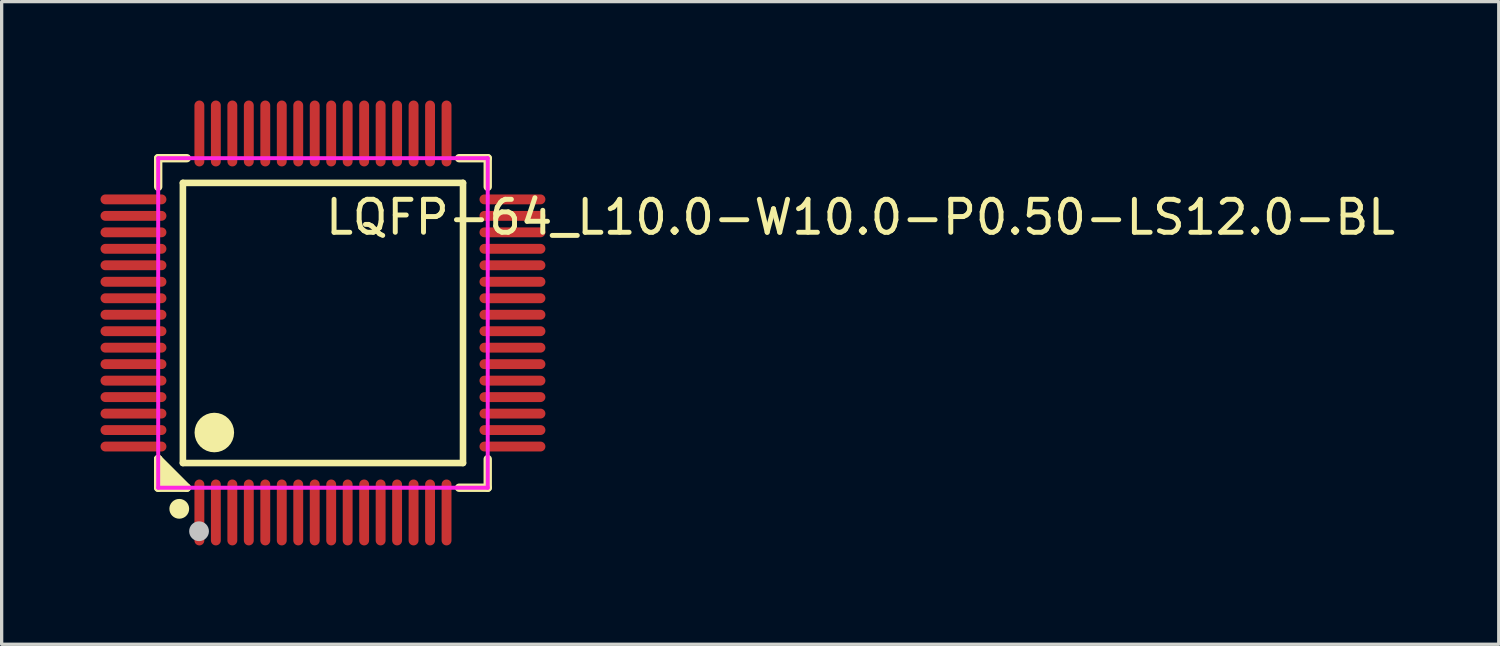
<source format=kicad_pcb>
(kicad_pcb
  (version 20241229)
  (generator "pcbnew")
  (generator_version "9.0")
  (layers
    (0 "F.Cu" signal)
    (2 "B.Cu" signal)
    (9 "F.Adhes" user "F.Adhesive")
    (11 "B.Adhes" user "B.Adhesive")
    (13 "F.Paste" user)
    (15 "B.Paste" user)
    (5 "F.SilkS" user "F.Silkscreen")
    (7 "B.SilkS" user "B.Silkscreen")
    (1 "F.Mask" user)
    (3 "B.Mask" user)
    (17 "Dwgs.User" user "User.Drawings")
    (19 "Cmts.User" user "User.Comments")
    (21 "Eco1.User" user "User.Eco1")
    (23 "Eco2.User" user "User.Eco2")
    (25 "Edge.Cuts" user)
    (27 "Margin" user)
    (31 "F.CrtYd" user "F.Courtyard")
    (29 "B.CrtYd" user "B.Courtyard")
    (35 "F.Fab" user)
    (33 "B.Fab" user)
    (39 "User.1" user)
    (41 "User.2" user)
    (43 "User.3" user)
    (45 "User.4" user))
  (footprint "LQFP-64_L10.0-W10.0-P0.50-LS12.0-BL"
    (layer "F.Cu")
    (at 6.75 6.75)
    (property "Reference" "LQFP-64_L10.0-W10.0-P0.50-LS12.0-BL" (at 0 -3.207 0) (layer "F.SilkS") (effects (font (size 1 1) (thickness 0.15)) (justify left)))
    (attr through_hole)
    (fp_line (start -5 -5) (end -4.131 -5) (stroke (width 0.254) (type solid)) (layer "F.SilkS"))
    (fp_line (start -5 -4.131) (end -5 -5) (stroke (width 0.254) (type solid)) (layer "F.SilkS"))
    (fp_line (start -5 4.131) (end -5 4.131) (stroke (width 0.254) (type solid)) (layer "F.SilkS"))
    (fp_line (start -5 4.131) (end -4.131 5) (stroke (width 0.254) (type solid)) (layer "F.SilkS"))
    (fp_line (start -5 5) (end -5 4.131) (stroke (width 0.254) (type solid)) (layer "F.SilkS"))
    (fp_line (start -4.25 -4.25) (end -4.25 4.25) (stroke (width 0.2) (type solid)) (layer "F.SilkS"))
    (fp_line (start -4.25 4.25) (end 4.25 4.25) (stroke (width 0.2) (type solid)) (layer "F.SilkS"))
    (fp_line (start -4.131 5) (end -5 5) (stroke (width 0.254) (type solid)) (layer "F.SilkS"))
    (fp_line (start 4.25 -4.25) (end -4.25 -4.25) (stroke (width 0.2) (type solid)) (layer "F.SilkS"))
    (fp_line (start 4.25 4.25) (end 4.25 -4.25) (stroke (width 0.2) (type solid)) (layer "F.SilkS"))
    (fp_line (start 5 -5) (end 4.131 -5) (stroke (width 0.254) (type solid)) (layer "F.SilkS"))
    (fp_line (start 5 -5) (end 5 -4.131) (stroke (width 0.254) (type solid)) (layer "F.SilkS"))
    (fp_line (start 5 4.131) (end 5 5) (stroke (width 0.254) (type solid)) (layer "F.SilkS"))
    (fp_line (start 5 5) (end 4.131 5) (stroke (width 0.254) (type solid)) (layer "F.SilkS"))
    (fp_arc (start -4.359 5.49) (mid -4.35973 5.790003) (end -4.36154 5.490005) (stroke (width 0.3) (type solid)) (layer "F.SilkS"))
    (fp_arc (start -3.294 3.025) (mid -3.29746 3.625015) (end -3.29908 3.024992) (stroke (width 0.6) (type solid)) (layer "F.SilkS"))
    (fp_poly (pts (xy -4.131 5) (xy -5 4.131) (xy -5 5)) (stroke (width 0.12) (type solid)) (fill yes) (layer "F.SilkS"))
    (fp_circle (center -3.76 6.32) (end -3.61 6.32) (stroke (width 0.3) (type solid)) (fill no) (layer "Dwgs.User"))
    (fp_line (start -5.41 -3.86) (end -4.99 -3.86) (stroke (width 0.12) (type solid)) (layer "Eco2.User"))
    (fp_line (start -5.41 -3.64) (end -5.41 -3.86) (stroke (width 0.12) (type solid)) (layer "Eco2.User"))
    (fp_line (start -5.41 -3.36) (end -4.99 -3.36) (stroke (width 0.12) (type solid)) (layer "Eco2.User"))
    (fp_line (start -5.41 -3.14) (end -5.41 -3.36) (stroke (width 0.12) (type solid)) (layer "Eco2.User"))
    (fp_line (start -5.41 -2.86) (end -4.99 -2.86) (stroke (width 0.12) (type solid)) (layer "Eco2.User"))
    (fp_line (start -5.41 -2.64) (end -5.41 -2.86) (stroke (width 0.12) (type solid)) (layer "Eco2.User"))
    (fp_line (start -5.41 -2.36) (end -4.99 -2.36) (stroke (width 0.12) (type solid)) (layer "Eco2.User"))
    (fp_line (start -5.41 -2.14) (end -5.41 -2.36) (stroke (width 0.12) (type solid)) (layer "Eco2.User"))
    (fp_line (start -5.41 -1.86) (end -4.99 -1.86) (stroke (width 0.12) (type solid)) (layer "Eco2.User"))
    (fp_line (start -5.41 -1.64) (end -5.41 -1.86) (stroke (width 0.12) (type solid)) (layer "Eco2.User"))
    (fp_line (start -5.41 -1.36) (end -4.99 -1.36) (stroke (width 0.12) (type solid)) (layer "Eco2.User"))
    (fp_line (start -5.41 -1.14) (end -5.41 -1.36) (stroke (width 0.12) (type solid)) (layer "Eco2.User"))
    (fp_line (start -5.41 -0.86) (end -4.99 -0.86) (stroke (width 0.12) (type solid)) (layer "Eco2.User"))
    (fp_line (start -5.41 -0.64) (end -5.41 -0.86) (stroke (width 0.12) (type solid)) (layer "Eco2.User"))
    (fp_line (start -5.41 -0.36) (end -4.99 -0.36) (stroke (width 0.12) (type solid)) (layer "Eco2.User"))
    (fp_line (start -5.41 -0.14) (end -5.41 -0.36) (stroke (width 0.12) (type solid)) (layer "Eco2.User"))
    (fp_line (start -5.41 0.14) (end -4.99 0.14) (stroke (width 0.12) (type solid)) (layer "Eco2.User"))
    (fp_line (start -5.41 0.36) (end -5.41 0.14) (stroke (width 0.12) (type solid)) (layer "Eco2.User"))
    (fp_line (start -5.41 0.64) (end -4.99 0.64) (stroke (width 0.12) (type solid)) (layer "Eco2.User"))
    (fp_line (start -5.41 0.86) (end -5.41 0.64) (stroke (width 0.12) (type solid)) (layer "Eco2.User"))
    (fp_line (start -5.41 1.14) (end -4.99 1.14) (stroke (width 0.12) (type solid)) (layer "Eco2.User"))
    (fp_line (start -5.41 1.36) (end -5.41 1.14) (stroke (width 0.12) (type solid)) (layer "Eco2.User"))
    (fp_line (start -5.41 1.64) (end -4.99 1.64) (stroke (width 0.12) (type solid)) (layer "Eco2.User"))
    (fp_line (start -5.41 1.86) (end -5.41 1.64) (stroke (width 0.12) (type solid)) (layer "Eco2.User"))
    (fp_line (start -5.41 2.14) (end -4.99 2.14) (stroke (width 0.12) (type solid)) (layer "Eco2.User"))
    (fp_line (start -5.41 2.36) (end -5.41 2.14) (stroke (width 0.12) (type solid)) (layer "Eco2.User"))
    (fp_line (start -5.41 2.64) (end -4.99 2.64) (stroke (width 0.12) (type solid)) (layer "Eco2.User"))
    (fp_line (start -5.41 2.86) (end -5.41 2.64) (stroke (width 0.12) (type solid)) (layer "Eco2.User"))
    (fp_line (start -5.41 3.14) (end -4.99 3.14) (stroke (width 0.12) (type solid)) (layer "Eco2.User"))
    (fp_line (start -5.41 3.36) (end -5.41 3.14) (stroke (width 0.12) (type solid)) (layer "Eco2.User"))
    (fp_line (start -5.41 3.64) (end -4.99 3.64) (stroke (width 0.12) (type solid)) (layer "Eco2.User"))
    (fp_line (start -5.41 3.86) (end -5.41 3.64) (stroke (width 0.12) (type solid)) (layer "Eco2.User"))
    (fp_line (start -4.99 -3.86) (end -4.99 -3.64) (stroke (width 0.12) (type solid)) (layer "Eco2.User"))
    (fp_line (start -4.99 -3.64) (end -5.41 -3.64) (stroke (width 0.12) (type solid)) (layer "Eco2.User"))
    (fp_line (start -4.99 -3.36) (end -4.99 -3.14) (stroke (width 0.12) (type solid)) (layer "Eco2.User"))
    (fp_line (start -4.99 -3.14) (end -5.41 -3.14) (stroke (width 0.12) (type solid)) (layer "Eco2.User"))
    (fp_line (start -4.99 -2.86) (end -4.99 -2.64) (stroke (width 0.12) (type solid)) (layer "Eco2.User"))
    (fp_line (start -4.99 -2.64) (end -5.41 -2.64) (stroke (width 0.12) (type solid)) (layer "Eco2.User"))
    (fp_line (start -4.99 -2.36) (end -4.99 -2.14) (stroke (width 0.12) (type solid)) (layer "Eco2.User"))
    (fp_line (start -4.99 -2.14) (end -5.41 -2.14) (stroke (width 0.12) (type solid)) (layer "Eco2.User"))
    (fp_line (start -4.99 -1.86) (end -4.99 -1.64) (stroke (width 0.12) (type solid)) (layer "Eco2.User"))
    (fp_line (start -4.99 -1.64) (end -5.41 -1.64) (stroke (width 0.12) (type solid)) (layer "Eco2.User"))
    (fp_line (start -4.99 -1.36) (end -4.99 -1.14) (stroke (width 0.12) (type solid)) (layer "Eco2.User"))
    (fp_line (start -4.99 -1.14) (end -5.41 -1.14) (stroke (width 0.12) (type solid)) (layer "Eco2.User"))
    (fp_line (start -4.99 -0.86) (end -4.99 -0.64) (stroke (width 0.12) (type solid)) (layer "Eco2.User"))
    (fp_line (start -4.99 -0.64) (end -5.41 -0.64) (stroke (width 0.12) (type solid)) (layer "Eco2.User"))
    (fp_line (start -4.99 -0.36) (end -4.99 -0.14) (stroke (width 0.12) (type solid)) (layer "Eco2.User"))
    (fp_line (start -4.99 -0.14) (end -5.41 -0.14) (stroke (width 0.12) (type solid)) (layer "Eco2.User"))
    (fp_line (start -4.99 0.14) (end -4.99 0.36) (stroke (width 0.12) (type solid)) (layer "Eco2.User"))
    (fp_line (start -4.99 0.36) (end -5.41 0.36) (stroke (width 0.12) (type solid)) (layer "Eco2.User"))
    (fp_line (start -4.99 0.64) (end -4.99 0.86) (stroke (width 0.12) (type solid)) (layer "Eco2.User"))
    (fp_line (start -4.99 0.86) (end -5.41 0.86) (stroke (width 0.12) (type solid)) (layer "Eco2.User"))
    (fp_line (start -4.99 1.14) (end -4.99 1.36) (stroke (width 0.12) (type solid)) (layer "Eco2.User"))
    (fp_line (start -4.99 1.36) (end -5.41 1.36) (stroke (width 0.12) (type solid)) (layer "Eco2.User"))
    (fp_line (start -4.99 1.64) (end -4.99 1.86) (stroke (width 0.12) (type solid)) (layer "Eco2.User"))
    (fp_line (start -4.99 1.86) (end -5.41 1.86) (stroke (width 0.12) (type solid)) (layer "Eco2.User"))
    (fp_line (start -4.99 2.14) (end -4.99 2.36) (stroke (width 0.12) (type solid)) (layer "Eco2.User"))
    (fp_line (start -4.99 2.36) (end -5.41 2.36) (stroke (width 0.12) (type solid)) (layer "Eco2.User"))
    (fp_line (start -4.99 2.64) (end -4.99 2.86) (stroke (width 0.12) (type solid)) (layer "Eco2.User"))
    (fp_line (start -4.99 2.86) (end -5.41 2.86) (stroke (width 0.12) (type solid)) (layer "Eco2.User"))
    (fp_line (start -4.99 3.14) (end -4.99 3.36) (stroke (width 0.12) (type solid)) (layer "Eco2.User"))
    (fp_line (start -4.99 3.36) (end -5.41 3.36) (stroke (width 0.12) (type solid)) (layer "Eco2.User"))
    (fp_line (start -4.99 3.64) (end -4.99 3.86) (stroke (width 0.12) (type solid)) (layer "Eco2.User"))
    (fp_line (start -4.99 3.86) (end -5.41 3.86) (stroke (width 0.12) (type solid)) (layer "Eco2.User"))
    (fp_line (start -3.86 -5.41) (end -3.64 -5.41) (stroke (width 0.12) (type solid)) (layer "Eco2.User"))
    (fp_line (start -3.86 -4.99) (end -3.86 -5.41) (stroke (width 0.12) (type solid)) (layer "Eco2.User"))
    (fp_line (start -3.86 4.99) (end -3.64 4.99) (stroke (width 0.12) (type solid)) (layer "Eco2.User"))
    (fp_line (start -3.86 5.41) (end -3.86 4.99) (stroke (width 0.12) (type solid)) (layer "Eco2.User"))
    (fp_line (start -3.64 -5.41) (end -3.64 -4.99) (stroke (width 0.12) (type solid)) (layer "Eco2.User"))
    (fp_line (start -3.64 -4.99) (end -3.86 -4.99) (stroke (width 0.12) (type solid)) (layer "Eco2.User"))
    (fp_line (start -3.64 4.99) (end -3.64 5.41) (stroke (width 0.12) (type solid)) (layer "Eco2.User"))
    (fp_line (start -3.64 5.41) (end -3.86 5.41) (stroke (width 0.12) (type solid)) (layer "Eco2.User"))
    (fp_line (start -3.36 -5.41) (end -3.14 -5.41) (stroke (width 0.12) (type solid)) (layer "Eco2.User"))
    (fp_line (start -3.36 -4.99) (end -3.36 -5.41) (stroke (width 0.12) (type solid)) (layer "Eco2.User"))
    (fp_line (start -3.36 4.99) (end -3.14 4.99) (stroke (width 0.12) (type solid)) (layer "Eco2.User"))
    (fp_line (start -3.36 5.41) (end -3.36 4.99) (stroke (width 0.12) (type solid)) (layer "Eco2.User"))
    (fp_line (start -3.14 -5.41) (end -3.14 -4.99) (stroke (width 0.12) (type solid)) (layer "Eco2.User"))
    (fp_line (start -3.14 -4.99) (end -3.36 -4.99) (stroke (width 0.12) (type solid)) (layer "Eco2.User"))
    (fp_line (start -3.14 4.99) (end -3.14 5.41) (stroke (width 0.12) (type solid)) (layer "Eco2.User"))
    (fp_line (start -3.14 5.41) (end -3.36 5.41) (stroke (width 0.12) (type solid)) (layer "Eco2.User"))
    (fp_line (start -2.86 -5.41) (end -2.64 -5.41) (stroke (width 0.12) (type solid)) (layer "Eco2.User"))
    (fp_line (start -2.86 -4.99) (end -2.86 -5.41) (stroke (width 0.12) (type solid)) (layer "Eco2.User"))
    (fp_line (start -2.86 4.99) (end -2.64 4.99) (stroke (width 0.12) (type solid)) (layer "Eco2.User"))
    (fp_line (start -2.86 5.41) (end -2.86 4.99) (stroke (width 0.12) (type solid)) (layer "Eco2.User"))
    (fp_line (start -2.64 -5.41) (end -2.64 -4.99) (stroke (width 0.12) (type solid)) (layer "Eco2.User"))
    (fp_line (start -2.64 -4.99) (end -2.86 -4.99) (stroke (width 0.12) (type solid)) (layer "Eco2.User"))
    (fp_line (start -2.64 4.99) (end -2.64 5.41) (stroke (width 0.12) (type solid)) (layer "Eco2.User"))
    (fp_line (start -2.64 5.41) (end -2.86 5.41) (stroke (width 0.12) (type solid)) (layer "Eco2.User"))
    (fp_line (start -2.36 -5.41) (end -2.14 -5.41) (stroke (width 0.12) (type solid)) (layer "Eco2.User"))
    (fp_line (start -2.36 -4.99) (end -2.36 -5.41) (stroke (width 0.12) (type solid)) (layer "Eco2.User"))
    (fp_line (start -2.36 4.99) (end -2.14 4.99) (stroke (width 0.12) (type solid)) (layer "Eco2.User"))
    (fp_line (start -2.36 5.41) (end -2.36 4.99) (stroke (width 0.12) (type solid)) (layer "Eco2.User"))
    (fp_line (start -2.14 -5.41) (end -2.14 -4.99) (stroke (width 0.12) (type solid)) (layer "Eco2.User"))
    (fp_line (start -2.14 -4.99) (end -2.36 -4.99) (stroke (width 0.12) (type solid)) (layer "Eco2.User"))
    (fp_line (start -2.14 4.99) (end -2.14 5.41) (stroke (width 0.12) (type solid)) (layer "Eco2.User"))
    (fp_line (start -2.14 5.41) (end -2.36 5.41) (stroke (width 0.12) (type solid)) (layer "Eco2.User"))
    (fp_line (start -1.86 -5.41) (end -1.64 -5.41) (stroke (width 0.12) (type solid)) (layer "Eco2.User"))
    (fp_line (start -1.86 -4.99) (end -1.86 -5.41) (stroke (width 0.12) (type solid)) (layer "Eco2.User"))
    (fp_line (start -1.86 4.99) (end -1.64 4.99) (stroke (width 0.12) (type solid)) (layer "Eco2.User"))
    (fp_line (start -1.86 5.41) (end -1.86 4.99) (stroke (width 0.12) (type solid)) (layer "Eco2.User"))
    (fp_line (start -1.64 -5.41) (end -1.64 -4.99) (stroke (width 0.12) (type solid)) (layer "Eco2.User"))
    (fp_line (start -1.64 -4.99) (end -1.86 -4.99) (stroke (width 0.12) (type solid)) (layer "Eco2.User"))
    (fp_line (start -1.64 4.99) (end -1.64 5.41) (stroke (width 0.12) (type solid)) (layer "Eco2.User"))
    (fp_line (start -1.64 5.41) (end -1.86 5.41) (stroke (width 0.12) (type solid)) (layer "Eco2.User"))
    (fp_line (start -1.36 -5.41) (end -1.14 -5.41) (stroke (width 0.12) (type solid)) (layer "Eco2.User"))
    (fp_line (start -1.36 -4.99) (end -1.36 -5.41) (stroke (width 0.12) (type solid)) (layer "Eco2.User"))
    (fp_line (start -1.36 4.99) (end -1.14 4.99) (stroke (width 0.12) (type solid)) (layer "Eco2.User"))
    (fp_line (start -1.36 5.41) (end -1.36 4.99) (stroke (width 0.12) (type solid)) (layer "Eco2.User"))
    (fp_line (start -1.14 -5.41) (end -1.14 -4.99) (stroke (width 0.12) (type solid)) (layer "Eco2.User"))
    (fp_line (start -1.14 -4.99) (end -1.36 -4.99) (stroke (width 0.12) (type solid)) (layer "Eco2.User"))
    (fp_line (start -1.14 4.99) (end -1.14 5.41) (stroke (width 0.12) (type solid)) (layer "Eco2.User"))
    (fp_line (start -1.14 5.41) (end -1.36 5.41) (stroke (width 0.12) (type solid)) (layer "Eco2.User"))
    (fp_line (start -0.86 -5.41) (end -0.64 -5.41) (stroke (width 0.12) (type solid)) (layer "Eco2.User"))
    (fp_line (start -0.86 -4.99) (end -0.86 -5.41) (stroke (width 0.12) (type solid)) (layer "Eco2.User"))
    (fp_line (start -0.86 4.99) (end -0.64 4.99) (stroke (width 0.12) (type solid)) (layer "Eco2.User"))
    (fp_line (start -0.86 5.41) (end -0.86 4.99) (stroke (width 0.12) (type solid)) (layer "Eco2.User"))
    (fp_line (start -0.64 -5.41) (end -0.64 -4.99) (stroke (width 0.12) (type solid)) (layer "Eco2.User"))
    (fp_line (start -0.64 -4.99) (end -0.86 -4.99) (stroke (width 0.12) (type solid)) (layer "Eco2.User"))
    (fp_line (start -0.64 4.99) (end -0.64 5.41) (stroke (width 0.12) (type solid)) (layer "Eco2.User"))
    (fp_line (start -0.64 5.41) (end -0.86 5.41) (stroke (width 0.12) (type solid)) (layer "Eco2.User"))
    (fp_line (start -0.36 -5.41) (end -0.14 -5.41) (stroke (width 0.12) (type solid)) (layer "Eco2.User"))
    (fp_line (start -0.36 -4.99) (end -0.36 -5.41) (stroke (width 0.12) (type solid)) (layer "Eco2.User"))
    (fp_line (start -0.36 4.99) (end -0.14 4.99) (stroke (width 0.12) (type solid)) (layer "Eco2.User"))
    (fp_line (start -0.36 5.41) (end -0.36 4.99) (stroke (width 0.12) (type solid)) (layer "Eco2.User"))
    (fp_line (start -0.14 -5.41) (end -0.14 -4.99) (stroke (width 0.12) (type solid)) (layer "Eco2.User"))
    (fp_line (start -0.14 -4.99) (end -0.36 -4.99) (stroke (width 0.12) (type solid)) (layer "Eco2.User"))
    (fp_line (start -0.14 4.99) (end -0.14 5.41) (stroke (width 0.12) (type solid)) (layer "Eco2.User"))
    (fp_line (start -0.14 5.41) (end -0.36 5.41) (stroke (width 0.12) (type solid)) (layer "Eco2.User"))
    (fp_line (start 0.14 -5.41) (end 0.36 -5.41) (stroke (width 0.12) (type solid)) (layer "Eco2.User"))
    (fp_line (start 0.14 -4.99) (end 0.14 -5.41) (stroke (width 0.12) (type solid)) (layer "Eco2.User"))
    (fp_line (start 0.14 4.99) (end 0.36 4.99) (stroke (width 0.12) (type solid)) (layer "Eco2.User"))
    (fp_line (start 0.14 5.41) (end 0.14 4.99) (stroke (width 0.12) (type solid)) (layer "Eco2.User"))
    (fp_line (start 0.36 -5.41) (end 0.36 -4.99) (stroke (width 0.12) (type solid)) (layer "Eco2.User"))
    (fp_line (start 0.36 -4.99) (end 0.14 -4.99) (stroke (width 0.12) (type solid)) (layer "Eco2.User"))
    (fp_line (start 0.36 4.99) (end 0.36 5.41) (stroke (width 0.12) (type solid)) (layer "Eco2.User"))
    (fp_line (start 0.36 5.41) (end 0.14 5.41) (stroke (width 0.12) (type solid)) (layer "Eco2.User"))
    (fp_line (start 0.64 -5.41) (end 0.86 -5.41) (stroke (width 0.12) (type solid)) (layer "Eco2.User"))
    (fp_line (start 0.64 -4.99) (end 0.64 -5.41) (stroke (width 0.12) (type solid)) (layer "Eco2.User"))
    (fp_line (start 0.64 4.99) (end 0.86 4.99) (stroke (width 0.12) (type solid)) (layer "Eco2.User"))
    (fp_line (start 0.64 5.41) (end 0.64 4.99) (stroke (width 0.12) (type solid)) (layer "Eco2.User"))
    (fp_line (start 0.86 -5.41) (end 0.86 -4.99) (stroke (width 0.12) (type solid)) (layer "Eco2.User"))
    (fp_line (start 0.86 -4.99) (end 0.64 -4.99) (stroke (width 0.12) (type solid)) (layer "Eco2.User"))
    (fp_line (start 0.86 4.99) (end 0.86 5.41) (stroke (width 0.12) (type solid)) (layer "Eco2.User"))
    (fp_line (start 0.86 5.41) (end 0.64 5.41) (stroke (width 0.12) (type solid)) (layer "Eco2.User"))
    (fp_line (start 1.14 -5.41) (end 1.36 -5.41) (stroke (width 0.12) (type solid)) (layer "Eco2.User"))
    (fp_line (start 1.14 -4.99) (end 1.14 -5.41) (stroke (width 0.12) (type solid)) (layer "Eco2.User"))
    (fp_line (start 1.14 4.99) (end 1.36 4.99) (stroke (width 0.12) (type solid)) (layer "Eco2.User"))
    (fp_line (start 1.14 5.41) (end 1.14 4.99) (stroke (width 0.12) (type solid)) (layer "Eco2.User"))
    (fp_line (start 1.36 -5.41) (end 1.36 -4.99) (stroke (width 0.12) (type solid)) (layer "Eco2.User"))
    (fp_line (start 1.36 -4.99) (end 1.14 -4.99) (stroke (width 0.12) (type solid)) (layer "Eco2.User"))
    (fp_line (start 1.36 4.99) (end 1.36 5.41) (stroke (width 0.12) (type solid)) (layer "Eco2.User"))
    (fp_line (start 1.36 5.41) (end 1.14 5.41) (stroke (width 0.12) (type solid)) (layer "Eco2.User"))
    (fp_line (start 1.64 -5.41) (end 1.86 -5.41) (stroke (width 0.12) (type solid)) (layer "Eco2.User"))
    (fp_line (start 1.64 -4.99) (end 1.64 -5.41) (stroke (width 0.12) (type solid)) (layer "Eco2.User"))
    (fp_line (start 1.64 4.99) (end 1.86 4.99) (stroke (width 0.12) (type solid)) (layer "Eco2.User"))
    (fp_line (start 1.64 5.41) (end 1.64 4.99) (stroke (width 0.12) (type solid)) (layer "Eco2.User"))
    (fp_line (start 1.86 -5.41) (end 1.86 -4.99) (stroke (width 0.12) (type solid)) (layer "Eco2.User"))
    (fp_line (start 1.86 -4.99) (end 1.64 -4.99) (stroke (width 0.12) (type solid)) (layer "Eco2.User"))
    (fp_line (start 1.86 4.99) (end 1.86 5.41) (stroke (width 0.12) (type solid)) (layer "Eco2.User"))
    (fp_line (start 1.86 5.41) (end 1.64 5.41) (stroke (width 0.12) (type solid)) (layer "Eco2.User"))
    (fp_line (start 2.14 -5.41) (end 2.36 -5.41) (stroke (width 0.12) (type solid)) (layer "Eco2.User"))
    (fp_line (start 2.14 -4.99) (end 2.14 -5.41) (stroke (width 0.12) (type solid)) (layer "Eco2.User"))
    (fp_line (start 2.14 4.99) (end 2.36 4.99) (stroke (width 0.12) (type solid)) (layer "Eco2.User"))
    (fp_line (start 2.14 5.41) (end 2.14 4.99) (stroke (width 0.12) (type solid)) (layer "Eco2.User"))
    (fp_line (start 2.36 -5.41) (end 2.36 -4.99) (stroke (width 0.12) (type solid)) (layer "Eco2.User"))
    (fp_line (start 2.36 -4.99) (end 2.14 -4.99) (stroke (width 0.12) (type solid)) (layer "Eco2.User"))
    (fp_line (start 2.36 4.99) (end 2.36 5.41) (stroke (width 0.12) (type solid)) (layer "Eco2.User"))
    (fp_line (start 2.36 5.41) (end 2.14 5.41) (stroke (width 0.12) (type solid)) (layer "Eco2.User"))
    (fp_line (start 2.64 -5.41) (end 2.86 -5.41) (stroke (width 0.12) (type solid)) (layer "Eco2.User"))
    (fp_line (start 2.64 -4.99) (end 2.64 -5.41) (stroke (width 0.12) (type solid)) (layer "Eco2.User"))
    (fp_line (start 2.64 4.99) (end 2.86 4.99) (stroke (width 0.12) (type solid)) (layer "Eco2.User"))
    (fp_line (start 2.64 5.41) (end 2.64 4.99) (stroke (width 0.12) (type solid)) (layer "Eco2.User"))
    (fp_line (start 2.86 -5.41) (end 2.86 -4.99) (stroke (width 0.12) (type solid)) (layer "Eco2.User"))
    (fp_line (start 2.86 -4.99) (end 2.64 -4.99) (stroke (width 0.12) (type solid)) (layer "Eco2.User"))
    (fp_line (start 2.86 4.99) (end 2.86 5.41) (stroke (width 0.12) (type solid)) (layer "Eco2.User"))
    (fp_line (start 2.86 5.41) (end 2.64 5.41) (stroke (width 0.12) (type solid)) (layer "Eco2.User"))
    (fp_line (start 3.14 -5.41) (end 3.36 -5.41) (stroke (width 0.12) (type solid)) (layer "Eco2.User"))
    (fp_line (start 3.14 -4.99) (end 3.14 -5.41) (stroke (width 0.12) (type solid)) (layer "Eco2.User"))
    (fp_line (start 3.14 4.99) (end 3.36 4.99) (stroke (width 0.12) (type solid)) (layer "Eco2.User"))
    (fp_line (start 3.14 5.41) (end 3.14 4.99) (stroke (width 0.12) (type solid)) (layer "Eco2.User"))
    (fp_line (start 3.36 -5.41) (end 3.36 -4.99) (stroke (width 0.12) (type solid)) (layer "Eco2.User"))
    (fp_line (start 3.36 -4.99) (end 3.14 -4.99) (stroke (width 0.12) (type solid)) (layer "Eco2.User"))
    (fp_line (start 3.36 4.99) (end 3.36 5.41) (stroke (width 0.12) (type solid)) (layer "Eco2.User"))
    (fp_line (start 3.36 5.41) (end 3.14 5.41) (stroke (width 0.12) (type solid)) (layer "Eco2.User"))
    (fp_line (start 3.64 -5.41) (end 3.86 -5.41) (stroke (width 0.12) (type solid)) (layer "Eco2.User"))
    (fp_line (start 3.64 -4.99) (end 3.64 -5.41) (stroke (width 0.12) (type solid)) (layer "Eco2.User"))
    (fp_line (start 3.64 4.99) (end 3.86 4.99) (stroke (width 0.12) (type solid)) (layer "Eco2.User"))
    (fp_line (start 3.64 5.41) (end 3.64 4.99) (stroke (width 0.12) (type solid)) (layer "Eco2.User"))
    (fp_line (start 3.86 -5.41) (end 3.86 -4.99) (stroke (width 0.12) (type solid)) (layer "Eco2.User"))
    (fp_line (start 3.86 -4.99) (end 3.64 -4.99) (stroke (width 0.12) (type solid)) (layer "Eco2.User"))
    (fp_line (start 3.86 4.99) (end 3.86 5.41) (stroke (width 0.12) (type solid)) (layer "Eco2.User"))
    (fp_line (start 3.86 5.41) (end 3.64 5.41) (stroke (width 0.12) (type solid)) (layer "Eco2.User"))
    (fp_line (start 4.99 -3.86) (end 5.41 -3.86) (stroke (width 0.12) (type solid)) (layer "Eco2.User"))
    (fp_line (start 4.99 -3.64) (end 4.99 -3.86) (stroke (width 0.12) (type solid)) (layer "Eco2.User"))
    (fp_line (start 4.99 -3.36) (end 5.41 -3.36) (stroke (width 0.12) (type solid)) (layer "Eco2.User"))
    (fp_line (start 4.99 -3.14) (end 4.99 -3.36) (stroke (width 0.12) (type solid)) (layer "Eco2.User"))
    (fp_line (start 4.99 -2.86) (end 5.41 -2.86) (stroke (width 0.12) (type solid)) (layer "Eco2.User"))
    (fp_line (start 4.99 -2.64) (end 4.99 -2.86) (stroke (width 0.12) (type solid)) (layer "Eco2.User"))
    (fp_line (start 4.99 -2.36) (end 5.41 -2.36) (stroke (width 0.12) (type solid)) (layer "Eco2.User"))
    (fp_line (start 4.99 -2.14) (end 4.99 -2.36) (stroke (width 0.12) (type solid)) (layer "Eco2.User"))
    (fp_line (start 4.99 -1.86) (end 5.41 -1.86) (stroke (width 0.12) (type solid)) (layer "Eco2.User"))
    (fp_line (start 4.99 -1.64) (end 4.99 -1.86) (stroke (width 0.12) (type solid)) (layer "Eco2.User"))
    (fp_line (start 4.99 -1.36) (end 5.41 -1.36) (stroke (width 0.12) (type solid)) (layer "Eco2.User"))
    (fp_line (start 4.99 -1.14) (end 4.99 -1.36) (stroke (width 0.12) (type solid)) (layer "Eco2.User"))
    (fp_line (start 4.99 -0.86) (end 5.41 -0.86) (stroke (width 0.12) (type solid)) (layer "Eco2.User"))
    (fp_line (start 4.99 -0.64) (end 4.99 -0.86) (stroke (width 0.12) (type solid)) (layer "Eco2.User"))
    (fp_line (start 4.99 -0.36) (end 5.41 -0.36) (stroke (width 0.12) (type solid)) (layer "Eco2.User"))
    (fp_line (start 4.99 -0.14) (end 4.99 -0.36) (stroke (width 0.12) (type solid)) (layer "Eco2.User"))
    (fp_line (start 4.99 0.14) (end 5.41 0.14) (stroke (width 0.12) (type solid)) (layer "Eco2.User"))
    (fp_line (start 4.99 0.36) (end 4.99 0.14) (stroke (width 0.12) (type solid)) (layer "Eco2.User"))
    (fp_line (start 4.99 0.64) (end 5.41 0.64) (stroke (width 0.12) (type solid)) (layer "Eco2.User"))
    (fp_line (start 4.99 0.86) (end 4.99 0.64) (stroke (width 0.12) (type solid)) (layer "Eco2.User"))
    (fp_line (start 4.99 1.14) (end 5.41 1.14) (stroke (width 0.12) (type solid)) (layer "Eco2.User"))
    (fp_line (start 4.99 1.36) (end 4.99 1.14) (stroke (width 0.12) (type solid)) (layer "Eco2.User"))
    (fp_line (start 4.99 1.64) (end 5.41 1.64) (stroke (width 0.12) (type solid)) (layer "Eco2.User"))
    (fp_line (start 4.99 1.86) (end 4.99 1.64) (stroke (width 0.12) (type solid)) (layer "Eco2.User"))
    (fp_line (start 4.99 2.14) (end 5.41 2.14) (stroke (width 0.12) (type solid)) (layer "Eco2.User"))
    (fp_line (start 4.99 2.36) (end 4.99 2.14) (stroke (width 0.12) (type solid)) (layer "Eco2.User"))
    (fp_line (start 4.99 2.64) (end 5.41 2.64) (stroke (width 0.12) (type solid)) (layer "Eco2.User"))
    (fp_line (start 4.99 2.86) (end 4.99 2.64) (stroke (width 0.12) (type solid)) (layer "Eco2.User"))
    (fp_line (start 4.99 3.14) (end 5.41 3.14) (stroke (width 0.12) (type solid)) (layer "Eco2.User"))
    (fp_line (start 4.99 3.36) (end 4.99 3.14) (stroke (width 0.12) (type solid)) (layer "Eco2.User"))
    (fp_line (start 4.99 3.64) (end 5.41 3.64) (stroke (width 0.12) (type solid)) (layer "Eco2.User"))
    (fp_line (start 4.99 3.86) (end 4.99 3.64) (stroke (width 0.12) (type solid)) (layer "Eco2.User"))
    (fp_line (start 5.41 -3.86) (end 5.41 -3.64) (stroke (width 0.12) (type solid)) (layer "Eco2.User"))
    (fp_line (start 5.41 -3.64) (end 4.99 -3.64) (stroke (width 0.12) (type solid)) (layer "Eco2.User"))
    (fp_line (start 5.41 -3.36) (end 5.41 -3.14) (stroke (width 0.12) (type solid)) (layer "Eco2.User"))
    (fp_line (start 5.41 -3.14) (end 4.99 -3.14) (stroke (width 0.12) (type solid)) (layer "Eco2.User"))
    (fp_line (start 5.41 -2.86) (end 5.41 -2.64) (stroke (width 0.12) (type solid)) (layer "Eco2.User"))
    (fp_line (start 5.41 -2.64) (end 4.99 -2.64) (stroke (width 0.12) (type solid)) (layer "Eco2.User"))
    (fp_line (start 5.41 -2.36) (end 5.41 -2.14) (stroke (width 0.12) (type solid)) (layer "Eco2.User"))
    (fp_line (start 5.41 -2.14) (end 4.99 -2.14) (stroke (width 0.12) (type solid)) (layer "Eco2.User"))
    (fp_line (start 5.41 -1.86) (end 5.41 -1.64) (stroke (width 0.12) (type solid)) (layer "Eco2.User"))
    (fp_line (start 5.41 -1.64) (end 4.99 -1.64) (stroke (width 0.12) (type solid)) (layer "Eco2.User"))
    (fp_line (start 5.41 -1.36) (end 5.41 -1.14) (stroke (width 0.12) (type solid)) (layer "Eco2.User"))
    (fp_line (start 5.41 -1.14) (end 4.99 -1.14) (stroke (width 0.12) (type solid)) (layer "Eco2.User"))
    (fp_line (start 5.41 -0.86) (end 5.41 -0.64) (stroke (width 0.12) (type solid)) (layer "Eco2.User"))
    (fp_line (start 5.41 -0.64) (end 4.99 -0.64) (stroke (width 0.12) (type solid)) (layer "Eco2.User"))
    (fp_line (start 5.41 -0.36) (end 5.41 -0.14) (stroke (width 0.12) (type solid)) (layer "Eco2.User"))
    (fp_line (start 5.41 -0.14) (end 4.99 -0.14) (stroke (width 0.12) (type solid)) (layer "Eco2.User"))
    (fp_line (start 5.41 0.14) (end 5.41 0.36) (stroke (width 0.12) (type solid)) (layer "Eco2.User"))
    (fp_line (start 5.41 0.36) (end 4.99 0.36) (stroke (width 0.12) (type solid)) (layer "Eco2.User"))
    (fp_line (start 5.41 0.64) (end 5.41 0.86) (stroke (width 0.12) (type solid)) (layer "Eco2.User"))
    (fp_line (start 5.41 0.86) (end 4.99 0.86) (stroke (width 0.12) (type solid)) (layer "Eco2.User"))
    (fp_line (start 5.41 1.14) (end 5.41 1.36) (stroke (width 0.12) (type solid)) (layer "Eco2.User"))
    (fp_line (start 5.41 1.36) (end 4.99 1.36) (stroke (width 0.12) (type solid)) (layer "Eco2.User"))
    (fp_line (start 5.41 1.64) (end 5.41 1.86) (stroke (width 0.12) (type solid)) (layer "Eco2.User"))
    (fp_line (start 5.41 1.86) (end 4.99 1.86) (stroke (width 0.12) (type solid)) (layer "Eco2.User"))
    (fp_line (start 5.41 2.14) (end 5.41 2.36) (stroke (width 0.12) (type solid)) (layer "Eco2.User"))
    (fp_line (start 5.41 2.36) (end 4.99 2.36) (stroke (width 0.12) (type solid)) (layer "Eco2.User"))
    (fp_line (start 5.41 2.64) (end 5.41 2.86) (stroke (width 0.12) (type solid)) (layer "Eco2.User"))
    (fp_line (start 5.41 2.86) (end 4.99 2.86) (stroke (width 0.12) (type solid)) (layer "Eco2.User"))
    (fp_line (start 5.41 3.14) (end 5.41 3.36) (stroke (width 0.12) (type solid)) (layer "Eco2.User"))
    (fp_line (start 5.41 3.36) (end 4.99 3.36) (stroke (width 0.12) (type solid)) (layer "Eco2.User"))
    (fp_line (start 5.41 3.64) (end 5.41 3.86) (stroke (width 0.12) (type solid)) (layer "Eco2.User"))
    (fp_line (start 5.41 3.86) (end 4.99 3.86) (stroke (width 0.12) (type solid)) (layer "Eco2.User"))
    (fp_circle (center -6 6) (end -5.97 6) (stroke (width 0.06) (type solid)) (fill no) (layer "Eco2.User"))
    (fp_poly (pts (xy -6 -3.64) (xy -6 -3.86) (xy -5.4 -3.86) (xy -5.4 -3.64)) (stroke (width 0.12) (type solid)) (fill no) (layer "Eco2.User"))
    (fp_poly (pts (xy -6 -3.14) (xy -6 -3.36) (xy -5.4 -3.36) (xy -5.4 -3.14)) (stroke (width 0.12) (type solid)) (fill no) (layer "Eco2.User"))
    (fp_poly (pts (xy -6 -2.64) (xy -6 -2.86) (xy -5.4 -2.86) (xy -5.4 -2.64)) (stroke (width 0.12) (type solid)) (fill no) (layer "Eco2.User"))
    (fp_poly (pts (xy -6 -2.14) (xy -6 -2.36) (xy -5.4 -2.36) (xy -5.4 -2.14)) (stroke (width 0.12) (type solid)) (fill no) (layer "Eco2.User"))
    (fp_poly (pts (xy -6 -1.64) (xy -6 -1.86) (xy -5.4 -1.86) (xy -5.4 -1.64)) (stroke (width 0.12) (type solid)) (fill no) (layer "Eco2.User"))
    (fp_poly (pts (xy -6 -1.14) (xy -6 -1.36) (xy -5.4 -1.36) (xy -5.4 -1.14)) (stroke (width 0.12) (type solid)) (fill no) (layer "Eco2.User"))
    (fp_poly (pts (xy -6 -0.64) (xy -6 -0.86) (xy -5.4 -0.86) (xy -5.4 -0.64)) (stroke (width 0.12) (type solid)) (fill no) (layer "Eco2.User"))
    (fp_poly (pts (xy -6 -0.14) (xy -6 -0.36) (xy -5.4 -0.36) (xy -5.4 -0.14)) (stroke (width 0.12) (type solid)) (fill no) (layer "Eco2.User"))
    (fp_poly (pts (xy -6 0.36) (xy -6 0.14) (xy -5.4 0.14) (xy -5.4 0.36)) (stroke (width 0.12) (type solid)) (fill no) (layer "Eco2.User"))
    (fp_poly (pts (xy -6 0.86) (xy -6 0.64) (xy -5.4 0.64) (xy -5.4 0.86)) (stroke (width 0.12) (type solid)) (fill no) (layer "Eco2.User"))
    (fp_poly (pts (xy -6 1.36) (xy -6 1.14) (xy -5.4 1.14) (xy -5.4 1.36)) (stroke (width 0.12) (type solid)) (fill no) (layer "Eco2.User"))
    (fp_poly (pts (xy -6 1.86) (xy -6 1.64) (xy -5.4 1.64) (xy -5.4 1.86)) (stroke (width 0.12) (type solid)) (fill no) (layer "Eco2.User"))
    (fp_poly (pts (xy -6 2.36) (xy -6 2.14) (xy -5.4 2.14) (xy -5.4 2.36)) (stroke (width 0.12) (type solid)) (fill no) (layer "Eco2.User"))
    (fp_poly (pts (xy -6 2.86) (xy -6 2.64) (xy -5.4 2.64) (xy -5.4 2.86)) (stroke (width 0.12) (type solid)) (fill no) (layer "Eco2.User"))
    (fp_poly (pts (xy -6 3.36) (xy -6 3.14) (xy -5.4 3.14) (xy -5.4 3.36)) (stroke (width 0.12) (type solid)) (fill no) (layer "Eco2.User"))
    (fp_poly (pts (xy -6 3.86) (xy -6 3.64) (xy -5.4 3.64) (xy -5.4 3.86)) (stroke (width 0.12) (type solid)) (fill no) (layer "Eco2.User"))
    (fp_poly (pts (xy -3.86 -5.4) (xy -3.86 -6) (xy -3.64 -6) (xy -3.64 -5.4)) (stroke (width 0.12) (type solid)) (fill no) (layer "Eco2.User"))
    (fp_poly (pts (xy -3.86 6) (xy -3.86 5.4) (xy -3.64 5.4) (xy -3.64 6)) (stroke (width 0.12) (type solid)) (fill no) (layer "Eco2.User"))
    (fp_poly (pts (xy -3.36 -5.4) (xy -3.36 -6) (xy -3.14 -6) (xy -3.14 -5.4)) (stroke (width 0.12) (type solid)) (fill no) (layer "Eco2.User"))
    (fp_poly (pts (xy -3.36 6) (xy -3.36 5.4) (xy -3.14 5.4) (xy -3.14 6)) (stroke (width 0.12) (type solid)) (fill no) (layer "Eco2.User"))
    (fp_poly (pts (xy -2.86 -5.4) (xy -2.86 -6) (xy -2.64 -6) (xy -2.64 -5.4)) (stroke (width 0.12) (type solid)) (fill no) (layer "Eco2.User"))
    (fp_poly (pts (xy -2.86 6) (xy -2.86 5.4) (xy -2.64 5.4) (xy -2.64 6)) (stroke (width 0.12) (type solid)) (fill no) (layer "Eco2.User"))
    (fp_poly (pts (xy -2.36 -5.4) (xy -2.36 -6) (xy -2.14 -6) (xy -2.14 -5.4)) (stroke (width 0.12) (type solid)) (fill no) (layer "Eco2.User"))
    (fp_poly (pts (xy -2.36 6) (xy -2.36 5.4) (xy -2.14 5.4) (xy -2.14 6)) (stroke (width 0.12) (type solid)) (fill no) (layer "Eco2.User"))
    (fp_poly (pts (xy -1.86 -5.4) (xy -1.86 -6) (xy -1.64 -6) (xy -1.64 -5.4)) (stroke (width 0.12) (type solid)) (fill no) (layer "Eco2.User"))
    (fp_poly (pts (xy -1.86 6) (xy -1.86 5.4) (xy -1.64 5.4) (xy -1.64 6)) (stroke (width 0.12) (type solid)) (fill no) (layer "Eco2.User"))
    (fp_poly (pts (xy -1.36 -5.4) (xy -1.36 -6) (xy -1.14 -6) (xy -1.14 -5.4)) (stroke (width 0.12) (type solid)) (fill no) (layer "Eco2.User"))
    (fp_poly (pts (xy -1.36 6) (xy -1.36 5.4) (xy -1.14 5.4) (xy -1.14 6)) (stroke (width 0.12) (type solid)) (fill no) (layer "Eco2.User"))
    (fp_poly (pts (xy -0.86 -5.4) (xy -0.86 -6) (xy -0.64 -6) (xy -0.64 -5.4)) (stroke (width 0.12) (type solid)) (fill no) (layer "Eco2.User"))
    (fp_poly (pts (xy -0.86 6) (xy -0.86 5.4) (xy -0.64 5.4) (xy -0.64 6)) (stroke (width 0.12) (type solid)) (fill no) (layer "Eco2.User"))
    (fp_poly (pts (xy -0.36 -5.4) (xy -0.36 -6) (xy -0.14 -6) (xy -0.14 -5.4)) (stroke (width 0.12) (type solid)) (fill no) (layer "Eco2.User"))
    (fp_poly (pts (xy -0.36 6) (xy -0.36 5.4) (xy -0.14 5.4) (xy -0.14 6)) (stroke (width 0.12) (type solid)) (fill no) (layer "Eco2.User"))
    (fp_poly (pts (xy 0.14 -5.4) (xy 0.14 -6) (xy 0.36 -6) (xy 0.36 -5.4)) (stroke (width 0.12) (type solid)) (fill no) (layer "Eco2.User"))
    (fp_poly (pts (xy 0.14 6) (xy 0.14 5.4) (xy 0.36 5.4) (xy 0.36 6)) (stroke (width 0.12) (type solid)) (fill no) (layer "Eco2.User"))
    (fp_poly (pts (xy 0.64 -5.4) (xy 0.64 -6) (xy 0.86 -6) (xy 0.86 -5.4)) (stroke (width 0.12) (type solid)) (fill no) (layer "Eco2.User"))
    (fp_poly (pts (xy 0.64 6) (xy 0.64 5.4) (xy 0.86 5.4) (xy 0.86 6)) (stroke (width 0.12) (type solid)) (fill no) (layer "Eco2.User"))
    (fp_poly (pts (xy 1.14 -5.4) (xy 1.14 -6) (xy 1.36 -6) (xy 1.36 -5.4)) (stroke (width 0.12) (type solid)) (fill no) (layer "Eco2.User"))
    (fp_poly (pts (xy 1.14 6) (xy 1.14 5.4) (xy 1.36 5.4) (xy 1.36 6)) (stroke (width 0.12) (type solid)) (fill no) (layer "Eco2.User"))
    (fp_poly (pts (xy 1.64 -5.4) (xy 1.64 -6) (xy 1.86 -6) (xy 1.86 -5.4)) (stroke (width 0.12) (type solid)) (fill no) (layer "Eco2.User"))
    (fp_poly (pts (xy 1.64 6) (xy 1.64 5.4) (xy 1.86 5.4) (xy 1.86 6)) (stroke (width 0.12) (type solid)) (fill no) (layer "Eco2.User"))
    (fp_poly (pts (xy 2.14 -5.4) (xy 2.14 -6) (xy 2.36 -6) (xy 2.36 -5.4)) (stroke (width 0.12) (type solid)) (fill no) (layer "Eco2.User"))
    (fp_poly (pts (xy 2.14 6) (xy 2.14 5.4) (xy 2.36 5.4) (xy 2.36 6)) (stroke (width 0.12) (type solid)) (fill no) (layer "Eco2.User"))
    (fp_poly (pts (xy 2.64 -5.4) (xy 2.64 -6) (xy 2.86 -6) (xy 2.86 -5.4)) (stroke (width 0.12) (type solid)) (fill no) (layer "Eco2.User"))
    (fp_poly (pts (xy 2.64 6) (xy 2.64 5.4) (xy 2.86 5.4) (xy 2.86 6)) (stroke (width 0.12) (type solid)) (fill no) (layer "Eco2.User"))
    (fp_poly (pts (xy 3.14 -5.4) (xy 3.14 -6) (xy 3.36 -6) (xy 3.36 -5.4)) (stroke (width 0.12) (type solid)) (fill no) (layer "Eco2.User"))
    (fp_poly (pts (xy 3.14 6) (xy 3.14 5.4) (xy 3.36 5.4) (xy 3.36 6)) (stroke (width 0.12) (type solid)) (fill no) (layer "Eco2.User"))
    (fp_poly (pts (xy 3.64 -5.4) (xy 3.64 -6) (xy 3.86 -6) (xy 3.86 -5.4)) (stroke (width 0.12) (type solid)) (fill no) (layer "Eco2.User"))
    (fp_poly (pts (xy 3.64 6) (xy 3.64 5.4) (xy 3.86 5.4) (xy 3.86 6)) (stroke (width 0.12) (type solid)) (fill no) (layer "Eco2.User"))
    (fp_poly (pts (xy 5.4 -3.64) (xy 5.4 -3.86) (xy 6 -3.86) (xy 6 -3.64)) (stroke (width 0.12) (type solid)) (fill no) (layer "Eco2.User"))
    (fp_poly (pts (xy 5.4 -3.14) (xy 5.4 -3.36) (xy 6 -3.36) (xy 6 -3.14)) (stroke (width 0.12) (type solid)) (fill no) (layer "Eco2.User"))
    (fp_poly (pts (xy 5.4 -2.64) (xy 5.4 -2.86) (xy 6 -2.86) (xy 6 -2.64)) (stroke (width 0.12) (type solid)) (fill no) (layer "Eco2.User"))
    (fp_poly (pts (xy 5.4 -2.14) (xy 5.4 -2.36) (xy 6 -2.36) (xy 6 -2.14)) (stroke (width 0.12) (type solid)) (fill no) (layer "Eco2.User"))
    (fp_poly (pts (xy 5.4 -1.64) (xy 5.4 -1.86) (xy 6 -1.86) (xy 6 -1.64)) (stroke (width 0.12) (type solid)) (fill no) (layer "Eco2.User"))
    (fp_poly (pts (xy 5.4 -1.14) (xy 5.4 -1.36) (xy 6 -1.36) (xy 6 -1.14)) (stroke (width 0.12) (type solid)) (fill no) (layer "Eco2.User"))
    (fp_poly (pts (xy 5.4 -0.64) (xy 5.4 -0.86) (xy 6 -0.86) (xy 6 -0.64)) (stroke (width 0.12) (type solid)) (fill no) (layer "Eco2.User"))
    (fp_poly (pts (xy 5.4 -0.14) (xy 5.4 -0.36) (xy 6 -0.36) (xy 6 -0.14)) (stroke (width 0.12) (type solid)) (fill no) (layer "Eco2.User"))
    (fp_poly (pts (xy 5.4 0.36) (xy 5.4 0.14) (xy 6 0.14) (xy 6 0.36)) (stroke (width 0.12) (type solid)) (fill no) (layer "Eco2.User"))
    (fp_poly (pts (xy 5.4 0.86) (xy 5.4 0.64) (xy 6 0.64) (xy 6 0.86)) (stroke (width 0.12) (type solid)) (fill no) (layer "Eco2.User"))
    (fp_poly (pts (xy 5.4 1.36) (xy 5.4 1.14) (xy 6 1.14) (xy 6 1.36)) (stroke (width 0.12) (type solid)) (fill no) (layer "Eco2.User"))
    (fp_poly (pts (xy 5.4 1.86) (xy 5.4 1.64) (xy 6 1.64) (xy 6 1.86)) (stroke (width 0.12) (type solid)) (fill no) (layer "Eco2.User"))
    (fp_poly (pts (xy 5.4 2.36) (xy 5.4 2.14) (xy 6 2.14) (xy 6 2.36)) (stroke (width 0.12) (type solid)) (fill no) (layer "Eco2.User"))
    (fp_poly (pts (xy 5.4 2.86) (xy 5.4 2.64) (xy 6 2.64) (xy 6 2.86)) (stroke (width 0.12) (type solid)) (fill no) (layer "Eco2.User"))
    (fp_poly (pts (xy 5.4 3.36) (xy 5.4 3.14) (xy 6 3.14) (xy 6 3.36)) (stroke (width 0.12) (type solid)) (fill no) (layer "Eco2.User"))
    (fp_poly (pts (xy 5.4 3.86) (xy 5.4 3.64) (xy 6 3.64) (xy 6 3.86)) (stroke (width 0.12) (type solid)) (fill no) (layer "Eco2.User"))
    (fp_line (start -5 -5) (end 5 -5) (stroke (width 0.12) (type solid)) (layer "F.CrtYd"))
    (fp_line (start -5 5) (end -5 -5) (stroke (width 0.12) (type solid)) (layer "F.CrtYd"))
    (fp_line (start 5 -5) (end 5 5) (stroke (width 0.12) (type solid)) (layer "F.CrtYd"))
    (fp_line (start 5 5) (end -5 5) (stroke (width 0.12) (type solid)) (layer "F.CrtYd"))
    (pad "1" smd oval (at -3.75 5.75) (size 0.3 2) (layers "F.Cu" "F.Mask" "F.Paste"))
    (pad "2" smd oval (at -3.25 5.75) (size 0.3 2) (layers "F.Cu" "F.Mask" "F.Paste"))
    (pad "3" smd oval (at -2.75 5.75) (size 0.3 2) (layers "F.Cu" "F.Mask" "F.Paste"))
    (pad "4" smd oval (at -2.25 5.75) (size 0.3 2) (layers "F.Cu" "F.Mask" "F.Paste"))
    (pad "5" smd oval (at -1.75 5.75) (size 0.3 2) (layers "F.Cu" "F.Mask" "F.Paste"))
    (pad "6" smd oval (at -1.25 5.75) (size 0.3 2) (layers "F.Cu" "F.Mask" "F.Paste"))
    (pad "7" smd oval (at -0.75 5.75) (size 0.3 2) (layers "F.Cu" "F.Mask" "F.Paste"))
    (pad "8" smd oval (at -0.25 5.75) (size 0.3 2) (layers "F.Cu" "F.Mask" "F.Paste"))
    (pad "9" smd oval (at 0.25 5.75) (size 0.3 2) (layers "F.Cu" "F.Mask" "F.Paste"))
    (pad "10" smd oval (at 0.75 5.75) (size 0.3 2) (layers "F.Cu" "F.Mask" "F.Paste"))
    (pad "11" smd oval (at 1.25 5.75) (size 0.3 2) (layers "F.Cu" "F.Mask" "F.Paste"))
    (pad "12" smd oval (at 1.75 5.75) (size 0.3 2) (layers "F.Cu" "F.Mask" "F.Paste"))
    (pad "13" smd oval (at 2.25 5.75) (size 0.3 2) (layers "F.Cu" "F.Mask" "F.Paste"))
    (pad "14" smd oval (at 2.75 5.75) (size 0.3 2) (layers "F.Cu" "F.Mask" "F.Paste"))
    (pad "15" smd oval (at 3.25 5.75) (size 0.3 2) (layers "F.Cu" "F.Mask" "F.Paste"))
    (pad "16" smd oval (at 3.75 5.75) (size 0.3 2) (layers "F.Cu" "F.Mask" "F.Paste"))
    (pad "17" smd oval (at 5.75 3.75) (size 2 0.3) (layers "F.Cu" "F.Mask" "F.Paste"))
    (pad "18" smd oval (at 5.75 3.25) (size 2 0.3) (layers "F.Cu" "F.Mask" "F.Paste"))
    (pad "19" smd oval (at 5.75 2.75) (size 2 0.3) (layers "F.Cu" "F.Mask" "F.Paste"))
    (pad "20" smd oval (at 5.75 2.25) (size 2 0.3) (layers "F.Cu" "F.Mask" "F.Paste"))
    (pad "21" smd oval (at 5.75 1.75) (size 2 0.3) (layers "F.Cu" "F.Mask" "F.Paste"))
    (pad "22" smd oval (at 5.75 1.25) (size 2 0.3) (layers "F.Cu" "F.Mask" "F.Paste"))
    (pad "23" smd oval (at 5.75 0.75) (size 2 0.3) (layers "F.Cu" "F.Mask" "F.Paste"))
    (pad "24" smd oval (at 5.75 0.25) (size 2 0.3) (layers "F.Cu" "F.Mask" "F.Paste"))
    (pad "25" smd oval (at 5.75 -0.25) (size 2 0.3) (layers "F.Cu" "F.Mask" "F.Paste"))
    (pad "26" smd oval (at 5.75 -0.75) (size 2 0.3) (layers "F.Cu" "F.Mask" "F.Paste"))
    (pad "27" smd oval (at 5.75 -1.25) (size 2 0.3) (layers "F.Cu" "F.Mask" "F.Paste"))
    (pad "28" smd oval (at 5.75 -1.75) (size 2 0.3) (layers "F.Cu" "F.Mask" "F.Paste"))
    (pad "29" smd oval (at 5.75 -2.25) (size 2 0.3) (layers "F.Cu" "F.Mask" "F.Paste"))
    (pad "30" smd oval (at 5.75 -2.75) (size 2 0.3) (layers "F.Cu" "F.Mask" "F.Paste"))
    (pad "31" smd oval (at 5.75 -3.25) (size 2 0.3) (layers "F.Cu" "F.Mask" "F.Paste"))
    (pad "32" smd oval (at 5.75 -3.75) (size 2 0.3) (layers "F.Cu" "F.Mask" "F.Paste"))
    (pad "33" smd oval (at 3.75 -5.75) (size 0.3 2) (layers "F.Cu" "F.Mask" "F.Paste"))
    (pad "34" smd oval (at 3.25 -5.75) (size 0.3 2) (layers "F.Cu" "F.Mask" "F.Paste"))
    (pad "35" smd oval (at 2.75 -5.75) (size 0.3 2) (layers "F.Cu" "F.Mask" "F.Paste"))
    (pad "36" smd oval (at 2.25 -5.75) (size 0.3 2) (layers "F.Cu" "F.Mask" "F.Paste"))
    (pad "37" smd oval (at 1.75 -5.75) (size 0.3 2) (layers "F.Cu" "F.Mask" "F.Paste"))
    (pad "38" smd oval (at 1.25 -5.75) (size 0.3 2) (layers "F.Cu" "F.Mask" "F.Paste"))
    (pad "39" smd oval (at 0.75 -5.75) (size 0.3 2) (layers "F.Cu" "F.Mask" "F.Paste"))
    (pad "40" smd oval (at 0.25 -5.75) (size 0.3 2) (layers "F.Cu" "F.Mask" "F.Paste"))
    (pad "41" smd oval (at -0.25 -5.75) (size 0.3 2) (layers "F.Cu" "F.Mask" "F.Paste"))
    (pad "42" smd oval (at -0.75 -5.75) (size 0.3 2) (layers "F.Cu" "F.Mask" "F.Paste"))
    (pad "43" smd oval (at -1.25 -5.75) (size 0.3 2) (layers "F.Cu" "F.Mask" "F.Paste"))
    (pad "44" smd oval (at -1.75 -5.75) (size 0.3 2) (layers "F.Cu" "F.Mask" "F.Paste"))
    (pad "45" smd oval (at -2.25 -5.75) (size 0.3 2) (layers "F.Cu" "F.Mask" "F.Paste"))
    (pad "46" smd oval (at -2.75 -5.75) (size 0.3 2) (layers "F.Cu" "F.Mask" "F.Paste"))
    (pad "47" smd oval (at -3.25 -5.75) (size 0.3 2) (layers "F.Cu" "F.Mask" "F.Paste"))
    (pad "48" smd oval (at -3.75 -5.75) (size 0.3 2) (layers "F.Cu" "F.Mask" "F.Paste"))
    (pad "49" smd oval (at -5.75 -3.75) (size 2 0.3) (layers "F.Cu" "F.Mask" "F.Paste"))
    (pad "50" smd oval (at -5.75 -3.25) (size 2 0.3) (layers "F.Cu" "F.Mask" "F.Paste"))
    (pad "51" smd oval (at -5.75 -2.75) (size 2 0.3) (layers "F.Cu" "F.Mask" "F.Paste"))
    (pad "52" smd oval (at -5.75 -2.25) (size 2 0.3) (layers "F.Cu" "F.Mask" "F.Paste"))
    (pad "53" smd oval (at -5.75 -1.75) (size 2 0.3) (layers "F.Cu" "F.Mask" "F.Paste"))
    (pad "54" smd oval (at -5.75 -1.25) (size 2 0.3) (layers "F.Cu" "F.Mask" "F.Paste"))
    (pad "55" smd oval (at -5.75 -0.75) (size 2 0.3) (layers "F.Cu" "F.Mask" "F.Paste"))
    (pad "56" smd oval (at -5.75 -0.25) (size 2 0.3) (layers "F.Cu" "F.Mask" "F.Paste"))
    (pad "57" smd oval (at -5.75 0.25) (size 2 0.3) (layers "F.Cu" "F.Mask" "F.Paste"))
    (pad "58" smd oval (at -5.75 0.75) (size 2 0.3) (layers "F.Cu" "F.Mask" "F.Paste"))
    (pad "59" smd oval (at -5.75 1.25) (size 2 0.3) (layers "F.Cu" "F.Mask" "F.Paste"))
    (pad "60" smd oval (at -5.75 1.75) (size 2 0.3) (layers "F.Cu" "F.Mask" "F.Paste"))
    (pad "61" smd oval (at -5.75 2.25) (size 2 0.3) (layers "F.Cu" "F.Mask" "F.Paste"))
    (pad "62" smd oval (at -5.75 2.75) (size 2 0.3) (layers "F.Cu" "F.Mask" "F.Paste"))
    (pad "63" smd oval (at -5.75 3.25) (size 2 0.3) (layers "F.Cu" "F.Mask" "F.Paste"))
    (pad "64" smd oval (at -5.75 3.75) (size 2 0.3) (layers "F.Cu" "F.Mask" "F.Paste")))
  (gr_rect
    (start -3 -3)
    (end 42.429 16.5)
    (stroke (width 0.1) (type default))
    (fill no)
    (layer "Edge.Cuts")))
</source>
